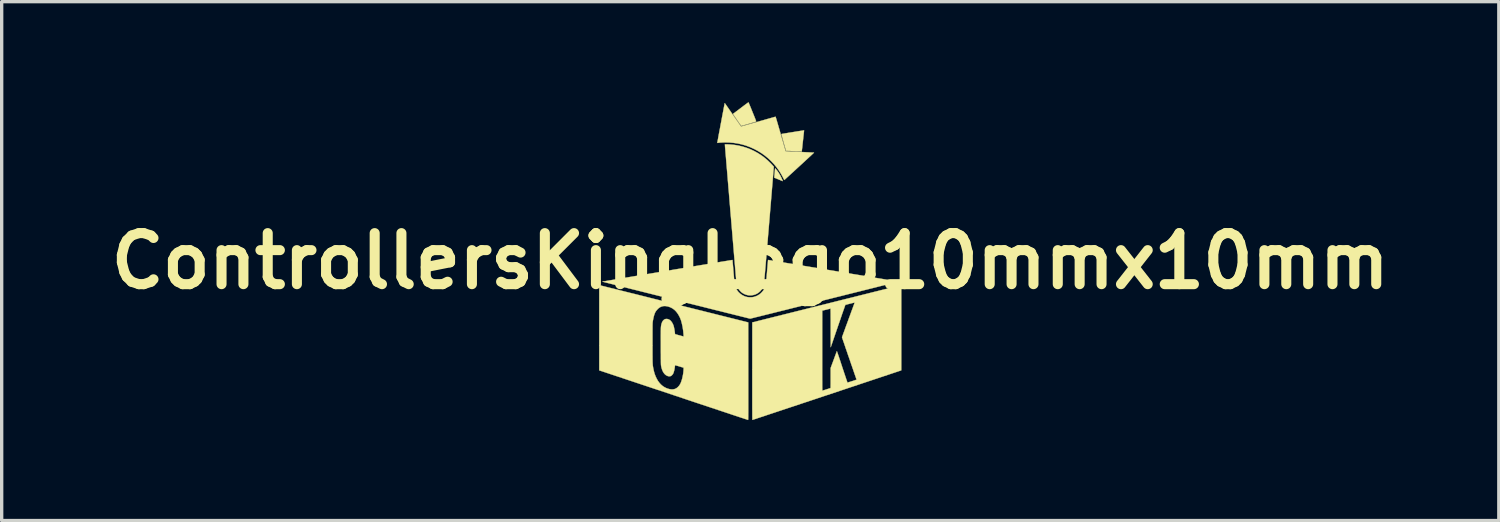
<source format=kicad_pcb>
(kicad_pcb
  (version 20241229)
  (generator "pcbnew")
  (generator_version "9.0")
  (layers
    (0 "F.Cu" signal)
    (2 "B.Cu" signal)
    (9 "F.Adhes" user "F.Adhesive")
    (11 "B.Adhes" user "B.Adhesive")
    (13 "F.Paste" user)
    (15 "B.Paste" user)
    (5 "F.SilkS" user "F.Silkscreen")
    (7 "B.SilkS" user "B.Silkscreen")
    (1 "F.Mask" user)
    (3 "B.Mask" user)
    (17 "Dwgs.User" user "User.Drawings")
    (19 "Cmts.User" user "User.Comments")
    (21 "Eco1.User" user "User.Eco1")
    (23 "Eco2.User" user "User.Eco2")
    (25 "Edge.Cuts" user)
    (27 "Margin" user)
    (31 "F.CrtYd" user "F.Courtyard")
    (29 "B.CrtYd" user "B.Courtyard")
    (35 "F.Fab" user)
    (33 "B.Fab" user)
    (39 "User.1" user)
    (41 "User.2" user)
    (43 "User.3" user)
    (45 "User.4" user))
  (footprint "ControllersKingLogo10mmx10mm"
    (layer "F.Cu")
    (at 19.348 4.744)
    (property "Reference" "ControllersKingLogo10mmx10mm" (at 0 0 0) (layer "F.SilkS") (effects (font (size 1.524 1.524) (thickness 0.3))))
    (attr through_hole)
    (fp_poly (pts (xy 0.743 -2.768) (xy 0.751 -2.761) (xy 0.761 -2.751) (xy 0.773 -2.737) (xy 0.786 -2.721) (xy 0.8 -2.704) (xy 0.805 -2.698) (xy 0.844 -2.642) (xy 0.882 -2.58) (xy 0.917 -2.514) (xy 0.948 -2.446) (xy 0.952 -2.436) (xy 0.961 -2.416) (xy 0.966 -2.402) (xy 0.969 -2.393) (xy 0.969 -2.389) (xy 0.967 -2.388) (xy 0.966 -2.388) (xy 0.962 -2.389) (xy 0.95 -2.394) (xy 0.933 -2.401) (xy 0.911 -2.41) (xy 0.885 -2.421) (xy 0.856 -2.433) (xy 0.84 -2.439) (xy 0.81 -2.452) (xy 0.783 -2.463) (xy 0.759 -2.473) (xy 0.739 -2.482) (xy 0.726 -2.487) (xy 0.718 -2.491) (xy 0.717 -2.491) (xy 0.717 -2.495) (xy 0.718 -2.506) (xy 0.719 -2.524) (xy 0.721 -2.546) (xy 0.723 -2.572) (xy 0.726 -2.6) (xy 0.728 -2.629) (xy 0.731 -2.659) (xy 0.733 -2.687) (xy 0.735 -2.713) (xy 0.737 -2.735) (xy 0.739 -2.753) (xy 0.74 -2.764) (xy 0.74 -2.768) (xy 0.743 -2.768)) (stroke (width 0.01) (type solid)) (fill yes) (layer "F.SilkS"))
    (fp_poly (pts (xy -0.052 -4.735) (xy -0.047 -4.724) (xy -0.039 -4.707) (xy -0.03 -4.684) (xy -0.018 -4.657) (xy -0.005 -4.625) (xy 0.01 -4.59) (xy 0.025 -4.552) (xy 0.041 -4.512) (xy 0.058 -4.471) (xy 0.074 -4.43) (xy 0.091 -4.39) (xy 0.107 -4.35) (xy 0.122 -4.313) (xy 0.136 -4.278) (xy 0.148 -4.247) (xy 0.159 -4.219) (xy 0.167 -4.197) (xy 0.174 -4.181) (xy 0.177 -4.171) (xy 0.178 -4.168) (xy 0.174 -4.166) (xy 0.163 -4.162) (xy 0.145 -4.157) (xy 0.122 -4.149) (xy 0.095 -4.141) (xy 0.063 -4.132) (xy 0.03 -4.122) (xy -0.006 -4.111) (xy -0.043 -4.101) (xy -0.08 -4.09) (xy -0.116 -4.08) (xy -0.15 -4.07) (xy -0.181 -4.061) (xy -0.209 -4.053) (xy -0.233 -4.047) (xy -0.251 -4.042) (xy -0.262 -4.039) (xy -0.267 -4.039) (xy -0.271 -4.042) (xy -0.279 -4.052) (xy -0.29 -4.067) (xy -0.304 -4.086) (xy -0.321 -4.11) (xy -0.34 -4.136) (xy -0.353 -4.156) (xy -0.375 -4.187) (xy -0.397 -4.22) (xy -0.419 -4.251) (xy -0.439 -4.281) (xy -0.457 -4.307) (xy -0.471 -4.327) (xy -0.475 -4.333) (xy -0.516 -4.393) (xy -0.287 -4.566) (xy -0.249 -4.595) (xy -0.212 -4.623) (xy -0.178 -4.649) (xy -0.146 -4.672) (xy -0.119 -4.693) (xy -0.095 -4.71) (xy -0.076 -4.724) (xy -0.063 -4.733) (xy -0.055 -4.738) (xy -0.054 -4.739) (xy -0.052 -4.735)) (stroke (width 0.01) (type solid)) (fill yes) (layer "F.SilkS"))
    (fp_poly (pts (xy 1.606 -3.898) (xy 1.605 -3.886) (xy 1.603 -3.868) (xy 1.6 -3.843) (xy 1.597 -3.813) (xy 1.593 -3.779) (xy 1.589 -3.741) (xy 1.584 -3.7) (xy 1.58 -3.657) (xy 1.575 -3.613) (xy 1.57 -3.568) (xy 1.565 -3.524) (xy 1.56 -3.481) (xy 1.556 -3.44) (xy 1.552 -3.402) (xy 1.548 -3.367) (xy 1.544 -3.336) (xy 1.541 -3.311) (xy 1.539 -3.291) (xy 1.538 -3.279) (xy 1.537 -3.273) (xy 1.537 -3.273) (xy 1.537 -3.273) (xy 1.536 -3.273) (xy 1.534 -3.273) (xy 1.531 -3.273) (xy 1.525 -3.273) (xy 1.516 -3.273) (xy 1.503 -3.274) (xy 1.485 -3.275) (xy 1.463 -3.276) (xy 1.435 -3.277) (xy 1.4 -3.278) (xy 1.358 -3.28) (xy 1.309 -3.283) (xy 1.3 -3.283) (xy 1.258 -3.285) (xy 1.219 -3.287) (xy 1.183 -3.289) (xy 1.151 -3.29) (xy 1.124 -3.291) (xy 1.103 -3.292) (xy 1.088 -3.293) (xy 1.081 -3.293) (xy 1.081 -3.293) (xy 1.068 -3.294) (xy 0.997 -3.542) (xy 0.985 -3.586) (xy 0.973 -3.628) (xy 0.962 -3.666) (xy 0.953 -3.701) (xy 0.945 -3.731) (xy 0.938 -3.756) (xy 0.933 -3.775) (xy 0.93 -3.788) (xy 0.93 -3.793) (xy 0.93 -3.793) (xy 0.934 -3.794) (xy 0.947 -3.796) (xy 0.965 -3.8) (xy 0.99 -3.804) (xy 1.021 -3.809) (xy 1.055 -3.815) (xy 1.094 -3.821) (xy 1.135 -3.828) (xy 1.179 -3.835) (xy 1.225 -3.843) (xy 1.271 -3.85) (xy 1.316 -3.857) (xy 1.362 -3.865) (xy 1.405 -3.872) (xy 1.446 -3.878) (xy 1.485 -3.884) (xy 1.519 -3.89) (xy 1.549 -3.894) (xy 1.573 -3.898) (xy 1.591 -3.901) (xy 1.603 -3.902) (xy 1.606 -3.902) (xy 1.606 -3.898)) (stroke (width 0.01) (type solid)) (fill yes) (layer "F.SilkS"))
    (fp_poly (pts (xy -0.693 -3.486) (xy -0.661 -3.484) (xy -0.621 -3.482) (xy -0.586 -3.479) (xy -0.464 -3.467) (xy -0.343 -3.446) (xy -0.224 -3.417) (xy -0.107 -3.38) (xy 0.007 -3.336) (xy 0.118 -3.284) (xy 0.225 -3.225) (xy 0.328 -3.159) (xy 0.398 -3.108) (xy 0.447 -3.068) (xy 0.498 -3.025) (xy 0.548 -2.979) (xy 0.596 -2.932) (xy 0.64 -2.887) (xy 0.667 -2.857) (xy 0.703 -2.816) (xy 0.559 -1.087) (xy 0.549 -0.967) (xy 0.539 -0.848) (xy 0.529 -0.732) (xy 0.52 -0.618) (xy 0.511 -0.507) (xy 0.502 -0.399) (xy 0.493 -0.294) (xy 0.484 -0.193) (xy 0.476 -0.097) (xy 0.468 -0.004) (xy 0.461 0.084) (xy 0.454 0.167) (xy 0.447 0.245) (xy 0.441 0.317) (xy 0.435 0.384) (xy 0.43 0.445) (xy 0.425 0.499) (xy 0.421 0.547) (xy 0.417 0.588) (xy 0.414 0.622) (xy 0.412 0.649) (xy 0.41 0.667) (xy 0.409 0.678) (xy 0.409 0.68) (xy 0.395 0.737) (xy 0.374 0.791) (xy 0.344 0.841) (xy 0.308 0.887) (xy 0.301 0.895) (xy 0.257 0.935) (xy 0.209 0.968) (xy 0.157 0.994) (xy 0.106 1.01) (xy 0.071 1.017) (xy 0.032 1.022) (xy -0.007 1.023) (xy -0.045 1.022) (xy -0.073 1.018) (xy -0.131 1.003) (xy -0.186 0.98) (xy -0.237 0.951) (xy -0.244 0.946) (xy -0.267 0.927) (xy -0.292 0.903) (xy -0.317 0.876) (xy -0.339 0.849) (xy -0.356 0.823) (xy -0.357 0.822) (xy -0.374 0.79) (xy -0.389 0.753) (xy -0.401 0.716) (xy -0.41 0.68) (xy -0.411 0.673) (xy -0.411 0.667) (xy -0.412 0.654) (xy -0.414 0.632) (xy -0.417 0.603) (xy -0.42 0.567) (xy -0.424 0.524) (xy -0.428 0.474) (xy -0.433 0.418) (xy -0.438 0.357) (xy -0.443 0.289) (xy -0.45 0.217) (xy -0.456 0.139) (xy -0.463 0.057) (xy -0.47 -0.03) (xy -0.478 -0.121) (xy -0.486 -0.215) (xy -0.494 -0.313) (xy -0.502 -0.414) (xy -0.511 -0.518) (xy -0.52 -0.624) (xy -0.529 -0.732) (xy -0.538 -0.843) (xy -0.548 -0.954) (xy -0.557 -1.068) (xy -0.567 -1.182) (xy -0.576 -1.296) (xy -0.586 -1.411) (xy -0.596 -1.526) (xy -0.605 -1.64) (xy -0.615 -1.754) (xy -0.624 -1.867) (xy -0.633 -1.979) (xy -0.642 -2.089) (xy -0.652 -2.197) (xy -0.66 -2.303) (xy -0.669 -2.406) (xy -0.677 -2.507) (xy -0.685 -2.605) (xy -0.693 -2.699) (xy -0.701 -2.789) (xy -0.708 -2.875) (xy -0.715 -2.957) (xy -0.721 -3.034) (xy -0.727 -3.106) (xy -0.733 -3.173) (xy -0.738 -3.234) (xy -0.742 -3.289) (xy -0.746 -3.338) (xy -0.75 -3.38) (xy -0.753 -3.415) (xy -0.755 -3.444) (xy -0.756 -3.464) (xy -0.757 -3.477) (xy -0.758 -3.482) (xy -0.756 -3.484) (xy -0.748 -3.486) (xy -0.736 -3.486) (xy -0.717 -3.486) (xy -0.693 -3.486)) (stroke (width 0.01) (type solid)) (fill yes) (layer "F.SilkS"))
    (fp_poly (pts (xy -0.759 -4.713) (xy -0.752 -4.703) (xy -0.741 -4.687) (xy -0.725 -4.665) (xy -0.707 -4.638) (xy -0.685 -4.607) (xy -0.66 -4.572) (xy -0.633 -4.532) (xy -0.604 -4.49) (xy -0.573 -4.445) (xy -0.54 -4.397) (xy -0.519 -4.367) (xy -0.485 -4.318) (xy -0.453 -4.271) (xy -0.422 -4.227) (xy -0.393 -4.186) (xy -0.367 -4.148) (xy -0.343 -4.114) (xy -0.323 -4.084) (xy -0.305 -4.06) (xy -0.291 -4.04) (xy -0.281 -4.026) (xy -0.275 -4.019) (xy -0.274 -4.017) (xy -0.27 -4.019) (xy -0.258 -4.022) (xy -0.238 -4.027) (xy -0.212 -4.035) (xy -0.18 -4.044) (xy -0.142 -4.054) (xy -0.099 -4.067) (xy -0.052 -4.08) (xy 0.000249 -4.095) (xy 0.056 -4.111) (xy 0.115 -4.128) (xy 0.176 -4.145) (xy 0.24 -4.163) (xy 0.303 -4.182) (xy 0.365 -4.199) (xy 0.424 -4.216) (xy 0.479 -4.232) (xy 0.531 -4.247) (xy 0.579 -4.26) (xy 0.622 -4.273) (xy 0.66 -4.283) (xy 0.692 -4.292) (xy 0.718 -4.3) (xy 0.738 -4.305) (xy 0.75 -4.308) (xy 0.755 -4.31) (xy 0.757 -4.305) (xy 0.761 -4.293) (xy 0.767 -4.273) (xy 0.776 -4.245) (xy 0.787 -4.21) (xy 0.799 -4.167) (xy 0.814 -4.116) (xy 0.831 -4.058) (xy 0.85 -3.992) (xy 0.871 -3.92) (xy 0.894 -3.84) (xy 0.906 -3.797) (xy 0.924 -3.733) (xy 0.942 -3.671) (xy 0.959 -3.612) (xy 0.975 -3.557) (xy 0.99 -3.504) (xy 1.003 -3.457) (xy 1.016 -3.413) (xy 1.027 -3.375) (xy 1.036 -3.343) (xy 1.044 -3.317) (xy 1.049 -3.297) (xy 1.053 -3.285) (xy 1.055 -3.28) (xy 1.055 -3.28) (xy 1.059 -3.279) (xy 1.072 -3.278) (xy 1.093 -3.276) (xy 1.122 -3.275) (xy 1.159 -3.273) (xy 1.204 -3.27) (xy 1.255 -3.268) (xy 1.314 -3.265) (xy 1.381 -3.262) (xy 1.454 -3.259) (xy 1.479 -3.258) (xy 1.538 -3.255) (xy 1.595 -3.253) (xy 1.648 -3.25) (xy 1.699 -3.248) (xy 1.744 -3.246) (xy 1.786 -3.244) (xy 1.822 -3.242) (xy 1.852 -3.24) (xy 1.876 -3.239) (xy 1.892 -3.238) (xy 1.902 -3.238) (xy 1.903 -3.237) (xy 1.901 -3.234) (xy 1.892 -3.226) (xy 1.878 -3.213) (xy 1.859 -3.195) (xy 1.835 -3.173) (xy 1.808 -3.147) (xy 1.776 -3.118) (xy 1.742 -3.086) (xy 1.704 -3.051) (xy 1.664 -3.015) (xy 1.623 -2.976) (xy 1.579 -2.936) (xy 1.535 -2.895) (xy 1.489 -2.853) (xy 1.444 -2.812) (xy 1.398 -2.77) (xy 1.354 -2.729) (xy 1.31 -2.689) (xy 1.268 -2.65) (xy 1.227 -2.613) (xy 1.189 -2.578) (xy 1.153 -2.545) (xy 1.121 -2.516) (xy 1.092 -2.489) (xy 1.067 -2.467) (xy 1.047 -2.448) (xy 1.031 -2.435) (xy 1.021 -2.425) (xy 1.016 -2.422) (xy 1.016 -2.421) (xy 1.014 -2.425) (xy 1.008 -2.435) (xy 1 -2.45) (xy 0.99 -2.469) (xy 0.982 -2.486) (xy 0.923 -2.596) (xy 0.857 -2.702) (xy 0.784 -2.802) (xy 0.705 -2.898) (xy 0.62 -2.988) (xy 0.53 -3.072) (xy 0.434 -3.151) (xy 0.333 -3.223) (xy 0.227 -3.288) (xy 0.117 -3.347) (xy 0.002 -3.399) (xy -0.116 -3.443) (xy -0.135 -3.45) (xy -0.254 -3.484) (xy -0.376 -3.511) (xy -0.499 -3.529) (xy -0.626 -3.54) (xy -0.755 -3.543) (xy -0.792 -3.542) (xy -0.823 -3.541) (xy -0.855 -3.539) (xy -0.885 -3.538) (xy -0.912 -3.536) (xy -0.932 -3.534) (xy -0.938 -3.533) (xy -0.956 -3.531) (xy -0.972 -3.529) (xy -0.982 -3.528) (xy -0.985 -3.528) (xy -0.984 -3.532) (xy -0.982 -3.544) (xy -0.979 -3.563) (xy -0.974 -3.589) (xy -0.968 -3.621) (xy -0.961 -3.658) (xy -0.954 -3.7) (xy -0.945 -3.747) (xy -0.936 -3.797) (xy -0.926 -3.851) (xy -0.915 -3.907) (xy -0.904 -3.965) (xy -0.893 -4.024) (xy -0.882 -4.085) (xy -0.87 -4.146) (xy -0.859 -4.206) (xy -0.848 -4.266) (xy -0.837 -4.325) (xy -0.826 -4.381) (xy -0.816 -4.435) (xy -0.806 -4.486) (xy -0.797 -4.534) (xy -0.789 -4.577) (xy -0.782 -4.615) (xy -0.775 -4.648) (xy -0.77 -4.675) (xy -0.766 -4.696) (xy -0.763 -4.71) (xy -0.762 -4.716) (xy -0.762 -4.716) (xy -0.759 -4.713)) (stroke (width 0.01) (type solid)) (fill yes) (layer "F.SilkS"))
    (fp_poly (pts (xy 0.536 -0.033) (xy 0.548 -0.031) (xy 0.568 -0.028) (xy 0.596 -0.023) (xy 0.63 -0.018) (xy 0.671 -0.011) (xy 0.719 -0.003) (xy 0.773 0.006) (xy 0.833 0.015) (xy 0.898 0.026) (xy 0.968 0.038) (xy 1.043 0.05) (xy 1.123 0.064) (xy 1.207 0.077) (xy 1.295 0.092) (xy 1.386 0.107) (xy 1.481 0.123) (xy 1.579 0.139) (xy 1.679 0.156) (xy 1.782 0.173) (xy 1.887 0.19) (xy 1.993 0.208) (xy 2.101 0.226) (xy 2.21 0.244) (xy 2.32 0.263) (xy 2.43 0.281) (xy 2.54 0.299) (xy 2.65 0.318) (xy 2.76 0.336) (xy 2.869 0.354) (xy 2.976 0.372) (xy 3.082 0.39) (xy 3.187 0.407) (xy 3.289 0.424) (xy 3.389 0.441) (xy 3.486 0.457) (xy 3.58 0.473) (xy 3.671 0.488) (xy 3.758 0.503) (xy 3.841 0.517) (xy 3.92 0.53) (xy 3.994 0.542) (xy 4.064 0.554) (xy 4.128 0.565) (xy 4.186 0.575) (xy 4.239 0.583) (xy 4.285 0.591) (xy 4.325 0.598) (xy 4.358 0.604) (xy 4.384 0.608) (xy 4.402 0.611) (xy 4.413 0.613) (xy 4.415 0.614) (xy 4.411 0.615) (xy 4.399 0.618) (xy 4.38 0.623) (xy 4.353 0.63) (xy 4.319 0.639) (xy 4.278 0.649) (xy 4.231 0.661) (xy 4.177 0.674) (xy 4.118 0.689) (xy 4.053 0.706) (xy 3.982 0.723) (xy 3.907 0.742) (xy 3.827 0.762) (xy 3.743 0.784) (xy 3.654 0.806) (xy 3.561 0.829) (xy 3.465 0.853) (xy 3.366 0.878) (xy 3.263 0.904) (xy 3.158 0.93) (xy 3.05 0.957) (xy 2.941 0.984) (xy 2.829 1.012) (xy 2.716 1.041) (xy 2.601 1.069) (xy 2.486 1.098) (xy 2.37 1.127) (xy 2.253 1.156) (xy 2.136 1.186) (xy 2.02 1.215) (xy 1.904 1.244) (xy 1.789 1.272) (xy 1.674 1.301) (xy 1.561 1.329) (xy 1.45 1.357) (xy 1.341 1.384) (xy 1.233 1.411) (xy 1.129 1.437) (xy 1.027 1.463) (xy 0.928 1.487) (xy 0.832 1.511) (xy 0.741 1.534) (xy 0.653 1.556) (xy 0.569 1.577) (xy 0.49 1.596) (xy 0.415 1.615) (xy 0.346 1.632) (xy 0.282 1.648) (xy 0.224 1.663) (xy 0.171 1.675) (xy 0.125 1.687) (xy 0.086 1.697) (xy 0.053 1.705) (xy 0.027 1.711) (xy 0.009 1.715) (xy -0.002 1.718) (xy -0.004 1.718) (xy -0.009 1.717) (xy -0.021 1.714) (xy -0.041 1.709) (xy -0.069 1.703) (xy -0.104 1.694) (xy -0.146 1.683) (xy -0.195 1.671) (xy -0.25 1.658) (xy -0.311 1.642) (xy -0.379 1.625) (xy -0.453 1.607) (xy -0.532 1.587) (xy -0.616 1.566) (xy -0.706 1.544) (xy -0.8 1.52) (xy -0.899 1.495) (xy -1.003 1.47) (xy -1.11 1.443) (xy -1.222 1.415) (xy -1.337 1.386) (xy -1.456 1.356) (xy -1.577 1.326) (xy -1.702 1.295) (xy -1.83 1.263) (xy -1.96 1.23) (xy -2.092 1.197) (xy -2.213 1.167) (xy -2.347 1.133) (xy -2.479 1.1) (xy -2.609 1.068) (xy -2.736 1.036) (xy -2.861 1.005) (xy -2.982 0.974) (xy -3.1 0.945) (xy -3.215 0.916) (xy -3.326 0.888) (xy -3.433 0.861) (xy -3.536 0.836) (xy -3.634 0.811) (xy -3.728 0.787) (xy -3.816 0.765) (xy -3.9 0.744) (xy -3.978 0.724) (xy -4.051 0.706) (xy -4.118 0.689) (xy -4.178 0.674) (xy -4.232 0.66) (xy -4.28 0.648) (xy -4.321 0.638) (xy -4.355 0.629) (xy -4.382 0.623) (xy -4.401 0.618) (xy -4.412 0.615) (xy -4.415 0.614) (xy -4.411 0.613) (xy -4.399 0.611) (xy -4.379 0.607) (xy -4.352 0.603) (xy -4.317 0.597) (xy -4.276 0.59) (xy -4.229 0.582) (xy -4.175 0.573) (xy -4.115 0.563) (xy -4.05 0.552) (xy -3.98 0.54) (xy -3.905 0.528) (xy -3.825 0.514) (xy -3.741 0.5) (xy -3.654 0.485) (xy -3.562 0.47) (xy -3.467 0.454) (xy -3.37 0.438) (xy -3.269 0.421) (xy -3.166 0.404) (xy -3.062 0.387) (xy -2.955 0.369) (xy -2.847 0.351) (xy -2.738 0.333) (xy -2.629 0.314) (xy -2.519 0.296) (xy -2.408 0.278) (xy -2.298 0.259) (xy -2.189 0.241) (xy -2.08 0.223) (xy -1.972 0.205) (xy -1.866 0.187) (xy -1.762 0.17) (xy -1.659 0.153) (xy -1.559 0.136) (xy -1.462 0.12) (xy -1.368 0.105) (xy -1.277 0.09) (xy -1.19 0.075) (xy -1.107 0.061) (xy -1.028 0.048) (xy -0.954 0.036) (xy -0.884 0.024) (xy -0.82 0.014) (xy -0.762 0.004) (xy -0.709 -0.004) (xy -0.662 -0.012) (xy -0.623 -0.019) (xy -0.589 -0.024) (xy -0.563 -0.028) (xy -0.545 -0.031) (xy -0.534 -0.033) (xy -0.531 -0.033) (xy -0.531 -0.029) (xy -0.53 -0.017) (xy -0.528 0.003) (xy -0.526 0.028) (xy -0.523 0.06) (xy -0.52 0.097) (xy -0.516 0.139) (xy -0.512 0.185) (xy -0.508 0.234) (xy -0.504 0.285) (xy -0.502 0.307) (xy -0.498 0.361) (xy -0.493 0.413) (xy -0.489 0.462) (xy -0.485 0.509) (xy -0.481 0.552) (xy -0.478 0.59) (xy -0.474 0.623) (xy -0.472 0.649) (xy -0.47 0.669) (xy -0.468 0.682) (xy -0.468 0.684) (xy -0.454 0.745) (xy -0.432 0.802) (xy -0.403 0.856) (xy -0.366 0.907) (xy -0.34 0.935) (xy -0.293 0.979) (xy -0.242 1.014) (xy -0.186 1.043) (xy -0.142 1.06) (xy -0.108 1.069) (xy -0.078 1.076) (xy -0.047 1.079) (xy -0.012 1.081) (xy 0 1.081) (xy 0.036 1.08) (xy 0.068 1.077) (xy 0.098 1.072) (xy 0.13 1.063) (xy 0.142 1.06) (xy 0.2 1.037) (xy 0.254 1.007) (xy 0.305 0.969) (xy 0.34 0.935) (xy 0.382 0.886) (xy 0.416 0.834) (xy 0.442 0.779) (xy 0.461 0.72) (xy 0.468 0.684) (xy 0.469 0.673) (xy 0.471 0.656) (xy 0.474 0.631) (xy 0.477 0.599) (xy 0.48 0.563) (xy 0.484 0.521) (xy 0.488 0.476) (xy 0.492 0.427) (xy 0.496 0.375) (xy 0.501 0.322) (xy 0.502 0.307) (xy 0.506 0.254) (xy 0.511 0.204) (xy 0.515 0.157) (xy 0.518 0.114) (xy 0.522 0.075) (xy 0.525 0.041) (xy 0.527 0.012) (xy 0.529 -0.01) (xy 0.531 -0.025) (xy 0.532 -0.033) (xy 0.532 -0.033) (xy 0.536 -0.033)) (stroke (width 0.01) (type solid)) (fill yes) (layer "F.SilkS"))
    (fp_poly (pts (xy 4.508 3.262) (xy 2.289 4.002) (xy 2.156 4.046) (xy 2.025 4.09) (xy 1.896 4.133) (xy 1.769 4.175) (xy 1.646 4.216) (xy 1.525 4.256) (xy 1.407 4.296) (xy 1.292 4.334) (xy 1.182 4.37) (xy 1.075 4.406) (xy 0.972 4.44) (xy 0.873 4.473) (xy 0.779 4.504) (xy 0.69 4.534) (xy 0.605 4.562) (xy 0.526 4.588) (xy 0.453 4.613) (xy 0.385 4.636) (xy 0.322 4.656) (xy 0.266 4.675) (xy 0.217 4.691) (xy 0.174 4.706) (xy 0.137 4.718) (xy 0.108 4.727) (xy 0.086 4.734) (xy 0.072 4.739) (xy 0.065 4.741) (xy 0.065 4.741) (xy 0.064 4.74) (xy 0.064 4.735) (xy 0.063 4.727) (xy 0.063 4.716) (xy 0.062 4.701) (xy 0.062 4.682) (xy 0.062 4.658) (xy 0.061 4.631) (xy 0.061 4.598) (xy 0.061 4.561) (xy 0.061 4.518) (xy 0.061 4.471) (xy 0.06 4.417) (xy 0.06 4.358) (xy 0.06 4.293) (xy 0.06 4.222) (xy 0.06 4.144) (xy 0.06 4.059) (xy 0.06 3.967) (xy 0.06 3.869) (xy 0.06 3.763) (xy 0.06 3.649) (xy 0.06 3.528) (xy 0.06 3.398) (xy 0.06 3.286) (xy 0.06 3.137) (xy 2.147 3.137) (xy 2.147 3.233) (xy 2.147 3.321) (xy 2.147 3.402) (xy 2.147 3.476) (xy 2.147 3.543) (xy 2.148 3.603) (xy 2.148 3.656) (xy 2.148 3.703) (xy 2.148 3.744) (xy 2.149 3.779) (xy 2.149 3.807) (xy 2.149 3.83) (xy 2.15 3.848) (xy 2.15 3.86) (xy 2.151 3.867) (xy 2.151 3.869) (xy 2.156 3.868) (xy 2.168 3.864) (xy 2.186 3.859) (xy 2.209 3.852) (xy 2.236 3.843) (xy 2.266 3.834) (xy 2.275 3.831) (xy 2.305 3.821) (xy 2.333 3.812) (xy 2.357 3.804) (xy 2.376 3.798) (xy 2.389 3.793) (xy 2.396 3.791) (xy 2.397 3.79) (xy 2.397 3.786) (xy 2.398 3.774) (xy 2.399 3.754) (xy 2.399 3.729) (xy 2.399 3.697) (xy 2.4 3.66) (xy 2.4 3.619) (xy 2.4 3.575) (xy 2.4 3.527) (xy 2.4 3.49) (xy 2.4 3.192) (xy 2.492 2.943) (xy 2.508 2.899) (xy 2.523 2.858) (xy 2.537 2.82) (xy 2.55 2.785) (xy 2.561 2.755) (xy 2.571 2.73) (xy 2.578 2.71) (xy 2.583 2.697) (xy 2.586 2.692) (xy 2.586 2.691) (xy 2.588 2.695) (xy 2.592 2.706) (xy 2.598 2.724) (xy 2.607 2.749) (xy 2.617 2.78) (xy 2.63 2.816) (xy 2.644 2.858) (xy 2.659 2.904) (xy 2.676 2.954) (xy 2.694 3.007) (xy 2.712 3.064) (xy 2.732 3.124) (xy 2.743 3.158) (xy 2.763 3.219) (xy 2.783 3.277) (xy 2.801 3.333) (xy 2.819 3.386) (xy 2.835 3.434) (xy 2.85 3.479) (xy 2.863 3.518) (xy 2.875 3.552) (xy 2.885 3.581) (xy 2.892 3.603) (xy 2.898 3.619) (xy 2.901 3.627) (xy 2.902 3.628) (xy 2.907 3.627) (xy 2.919 3.623) (xy 2.937 3.618) (xy 2.96 3.61) (xy 2.988 3.602) (xy 3.018 3.592) (xy 3.041 3.585) (xy 3.078 3.573) (xy 3.108 3.563) (xy 3.132 3.555) (xy 3.149 3.549) (xy 3.161 3.544) (xy 3.168 3.54) (xy 3.172 3.537) (xy 3.173 3.535) (xy 3.17 3.528) (xy 3.165 3.514) (xy 3.158 3.494) (xy 3.149 3.466) (xy 3.137 3.434) (xy 3.124 3.396) (xy 3.109 3.353) (xy 3.093 3.306) (xy 3.076 3.255) (xy 3.057 3.202) (xy 3.038 3.145) (xy 3.017 3.087) (xy 2.997 3.027) (xy 2.976 2.966) (xy 2.955 2.904) (xy 2.933 2.843) (xy 2.912 2.782) (xy 2.892 2.722) (xy 2.872 2.664) (xy 2.852 2.608) (xy 2.834 2.554) (xy 2.817 2.503) (xy 2.801 2.457) (xy 2.786 2.414) (xy 2.773 2.376) (xy 2.762 2.344) (xy 2.753 2.317) (xy 2.746 2.296) (xy 2.741 2.282) (xy 2.739 2.276) (xy 2.739 2.276) (xy 2.74 2.271) (xy 2.745 2.259) (xy 2.751 2.24) (xy 2.761 2.214) (xy 2.772 2.183) (xy 2.785 2.146) (xy 2.801 2.104) (xy 2.818 2.057) (xy 2.836 2.006) (xy 2.856 1.951) (xy 2.877 1.894) (xy 2.9 1.833) (xy 2.923 1.771) (xy 2.925 1.763) (xy 2.948 1.7) (xy 2.971 1.639) (xy 2.992 1.581) (xy 3.012 1.526) (xy 3.031 1.474) (xy 3.049 1.426) (xy 3.065 1.383) (xy 3.078 1.345) (xy 3.09 1.313) (xy 3.1 1.286) (xy 3.107 1.266) (xy 3.112 1.252) (xy 3.114 1.247) (xy 3.114 1.246) (xy 3.114 1.244) (xy 3.113 1.242) (xy 3.11 1.242) (xy 3.104 1.242) (xy 3.095 1.243) (xy 3.081 1.246) (xy 3.061 1.251) (xy 3.035 1.257) (xy 3.003 1.265) (xy 2.98 1.271) (xy 2.947 1.279) (xy 2.916 1.287) (xy 2.89 1.294) (xy 2.868 1.3) (xy 2.851 1.304) (xy 2.841 1.307) (xy 2.838 1.308) (xy 2.836 1.313) (xy 2.832 1.325) (xy 2.825 1.344) (xy 2.816 1.37) (xy 2.805 1.402) (xy 2.792 1.44) (xy 2.776 1.483) (xy 2.76 1.531) (xy 2.741 1.584) (xy 2.722 1.641) (xy 2.701 1.702) (xy 2.679 1.766) (xy 2.656 1.833) (xy 2.632 1.902) (xy 2.618 1.943) (xy 2.402 2.573) (xy 2.401 1.996) (xy 2.401 1.927) (xy 2.401 1.86) (xy 2.401 1.796) (xy 2.401 1.735) (xy 2.4 1.678) (xy 2.4 1.626) (xy 2.4 1.578) (xy 2.399 1.536) (xy 2.399 1.499) (xy 2.398 1.469) (xy 2.398 1.445) (xy 2.398 1.428) (xy 2.397 1.42) (xy 2.397 1.418) (xy 2.392 1.419) (xy 2.38 1.422) (xy 2.362 1.427) (xy 2.339 1.432) (xy 2.312 1.439) (xy 2.282 1.447) (xy 2.271 1.449) (xy 2.148 1.48) (xy 2.147 2.675) (xy 2.147 2.803) (xy 2.147 2.922) (xy 2.147 3.034) (xy 2.147 3.137) (xy 0.06 3.137) (xy 0.061 1.831) (xy 2.273 1.278) (xy 2.408 1.244) (xy 2.54 1.211) (xy 2.67 1.178) (xy 2.798 1.146) (xy 2.923 1.115) (xy 3.045 1.085) (xy 3.164 1.055) (xy 3.279 1.026) (xy 3.391 0.998) (xy 3.499 0.971) (xy 3.602 0.945) (xy 3.701 0.92) (xy 3.796 0.897) (xy 3.885 0.874) (xy 3.97 0.853) (xy 4.049 0.834) (xy 4.122 0.815) (xy 4.19 0.798) (xy 4.252 0.783) (xy 4.307 0.769) (xy 4.356 0.757) (xy 4.398 0.746) (xy 4.432 0.738) (xy 4.46 0.731) (xy 4.48 0.726) (xy 4.493 0.723) (xy 4.497 0.722) (xy 4.508 0.719) (xy 4.508 3.262)) (stroke (width 0.01) (type solid)) (fill yes) (layer "F.SilkS"))
    (fp_poly (pts (xy -4.497 0.722) (xy -4.492 0.723) (xy -4.479 0.726) (xy -4.459 0.731) (xy -4.431 0.738) (xy -4.396 0.747) (xy -4.353 0.757) (xy -4.304 0.77) (xy -4.249 0.784) (xy -4.187 0.799) (xy -4.119 0.816) (xy -4.045 0.834) (xy -3.966 0.854) (xy -3.881 0.876) (xy -3.791 0.898) (xy -3.696 0.922) (xy -3.597 0.947) (xy -3.493 0.972) (xy -3.385 0.999) (xy -3.274 1.027) (xy -3.158 1.056) (xy -3.039 1.086) (xy -2.917 1.117) (xy -2.792 1.148) (xy -2.664 1.18) (xy -2.534 1.212) (xy -2.401 1.246) (xy -2.273 1.278) (xy -0.061 1.831) (xy -0.06 3.286) (xy -0.06 3.418) (xy -0.06 3.542) (xy -0.06 3.658) (xy -0.06 3.766) (xy -0.06 3.866) (xy -0.06 3.96) (xy -0.06 4.047) (xy -0.06 4.127) (xy -0.06 4.2) (xy -0.06 4.268) (xy -0.06 4.329) (xy -0.06 4.386) (xy -0.06 4.436) (xy -0.06 4.482) (xy -0.06 4.523) (xy -0.061 4.56) (xy -0.061 4.592) (xy -0.061 4.62) (xy -0.061 4.644) (xy -0.062 4.665) (xy -0.062 4.683) (xy -0.062 4.698) (xy -0.063 4.71) (xy -0.063 4.719) (xy -0.063 4.727) (xy -0.064 4.732) (xy -0.064 4.736) (xy -0.065 4.739) (xy -0.066 4.74) (xy -0.066 4.741) (xy -0.067 4.741) (xy -0.071 4.74) (xy -0.083 4.736) (xy -0.103 4.729) (xy -0.13 4.72) (xy -0.165 4.709) (xy -0.206 4.695) (xy -0.253 4.68) (xy -0.308 4.662) (xy -0.368 4.642) (xy -0.434 4.62) (xy -0.507 4.596) (xy -0.584 4.57) (xy -0.667 4.542) (xy -0.755 4.513) (xy -0.848 4.482) (xy -0.945 4.45) (xy -1.047 4.416) (xy -1.152 4.381) (xy -1.262 4.344) (xy -1.375 4.306) (xy -1.492 4.268) (xy -1.612 4.228) (xy -1.735 4.187) (xy -1.861 4.145) (xy -1.989 4.102) (xy -2.12 4.058) (xy -2.252 4.014) (xy -2.291 4.001) (xy -4.508 3.262) (xy -4.508 2.445) (xy -2.919 2.445) (xy -2.919 2.53) (xy -2.919 2.607) (xy -2.919 2.676) (xy -2.919 2.738) (xy -2.919 2.794) (xy -2.918 2.844) (xy -2.918 2.888) (xy -2.918 2.927) (xy -2.917 2.962) (xy -2.917 2.992) (xy -2.916 3.019) (xy -2.915 3.042) (xy -2.914 3.063) (xy -2.913 3.082) (xy -2.911 3.098) (xy -2.91 3.114) (xy -2.908 3.129) (xy -2.906 3.143) (xy -2.903 3.158) (xy -2.901 3.173) (xy -2.898 3.189) (xy -2.898 3.192) (xy -2.879 3.28) (xy -2.856 3.363) (xy -2.827 3.44) (xy -2.794 3.51) (xy -2.757 3.575) (xy -2.715 3.632) (xy -2.669 3.683) (xy -2.618 3.727) (xy -2.603 3.738) (xy -2.557 3.767) (xy -2.508 3.791) (xy -2.459 3.81) (xy -2.409 3.823) (xy -2.361 3.83) (xy -2.316 3.831) (xy -2.274 3.825) (xy -2.274 3.825) (xy -2.233 3.811) (xy -2.195 3.789) (xy -2.16 3.76) (xy -2.127 3.724) (xy -2.098 3.682) (xy -2.084 3.655) (xy -2.07 3.624) (xy -2.056 3.585) (xy -2.042 3.541) (xy -2.029 3.494) (xy -2.018 3.443) (xy -2.008 3.392) (xy -2.007 3.387) (xy -2.003 3.361) (xy -1.999 3.333) (xy -1.996 3.303) (xy -1.993 3.273) (xy -1.991 3.246) (xy -1.99 3.223) (xy -1.99 3.205) (xy -1.99 3.201) (xy -1.992 3.182) (xy -2.116 3.145) (xy -2.147 3.135) (xy -2.176 3.127) (xy -2.201 3.12) (xy -2.221 3.114) (xy -2.235 3.11) (xy -2.243 3.107) (xy -2.244 3.107) (xy -2.246 3.111) (xy -2.248 3.121) (xy -2.25 3.136) (xy -2.25 3.138) (xy -2.255 3.179) (xy -2.262 3.221) (xy -2.27 3.262) (xy -2.28 3.299) (xy -2.29 3.331) (xy -2.298 3.351) (xy -2.31 3.372) (xy -2.326 3.393) (xy -2.344 3.412) (xy -2.361 3.426) (xy -2.367 3.429) (xy -2.395 3.439) (xy -2.425 3.44) (xy -2.458 3.434) (xy -2.492 3.42) (xy -2.528 3.398) (xy -2.56 3.368) (xy -2.589 3.33) (xy -2.614 3.286) (xy -2.635 3.234) (xy -2.652 3.175) (xy -2.66 3.139) (xy -2.661 3.132) (xy -2.662 3.125) (xy -2.663 3.118) (xy -2.664 3.11) (xy -2.665 3.101) (xy -2.666 3.09) (xy -2.666 3.076) (xy -2.667 3.06) (xy -2.667 3.041) (xy -2.668 3.018) (xy -2.668 2.991) (xy -2.668 2.959) (xy -2.669 2.923) (xy -2.669 2.88) (xy -2.669 2.832) (xy -2.669 2.777) (xy -2.67 2.716) (xy -2.67 2.647) (xy -2.67 2.57) (xy -2.67 2.549) (xy -2.67 2.466) (xy -2.67 2.391) (xy -2.671 2.323) (xy -2.671 2.263) (xy -2.671 2.209) (xy -2.67 2.161) (xy -2.67 2.119) (xy -2.67 2.082) (xy -2.669 2.05) (xy -2.669 2.022) (xy -2.668 1.998) (xy -2.667 1.977) (xy -2.665 1.959) (xy -2.664 1.944) (xy -2.662 1.93) (xy -2.66 1.918) (xy -2.658 1.906) (xy -2.655 1.895) (xy -2.652 1.885) (xy -2.649 1.873) (xy -2.648 1.869) (xy -2.637 1.837) (xy -2.625 1.811) (xy -2.611 1.788) (xy -2.597 1.77) (xy -2.572 1.749) (xy -2.545 1.734) (xy -2.514 1.727) (xy -2.482 1.728) (xy -2.449 1.735) (xy -2.415 1.751) (xy -2.402 1.759) (xy -2.378 1.779) (xy -2.355 1.806) (xy -2.332 1.839) (xy -2.312 1.876) (xy -2.295 1.916) (xy -2.29 1.93) (xy -2.284 1.952) (xy -2.277 1.98) (xy -2.271 2.013) (xy -2.264 2.046) (xy -2.259 2.08) (xy -2.254 2.111) (xy -2.252 2.129) (xy -2.25 2.149) (xy -2.248 2.165) (xy -2.246 2.176) (xy -2.245 2.181) (xy -2.24 2.183) (xy -2.228 2.186) (xy -2.21 2.191) (xy -2.187 2.198) (xy -2.16 2.206) (xy -2.13 2.214) (xy -2.123 2.216) (xy -2.092 2.224) (xy -2.064 2.232) (xy -2.039 2.239) (xy -2.019 2.244) (xy -2.005 2.248) (xy -1.997 2.25) (xy -1.996 2.251) (xy -1.993 2.251) (xy -1.991 2.25) (xy -1.99 2.245) (xy -1.99 2.235) (xy -1.99 2.22) (xy -1.991 2.201) (xy -2.002 2.082) (xy -2.02 1.963) (xy -2.043 1.859) (xy -2.055 1.813) (xy -2.066 1.774) (xy -2.078 1.74) (xy -2.091 1.707) (xy -2.106 1.674) (xy -2.141 1.608) (xy -2.179 1.55) (xy -2.22 1.499) (xy -2.265 1.455) (xy -2.313 1.419) (xy -2.366 1.389) (xy -2.423 1.366) (xy -2.423 1.366) (xy -2.48 1.35) (xy -2.533 1.343) (xy -2.583 1.343) (xy -2.63 1.352) (xy -2.674 1.368) (xy -2.716 1.392) (xy -2.753 1.422) (xy -2.786 1.458) (xy -2.816 1.495) (xy -2.839 1.534) (xy -2.845 1.547) (xy -2.858 1.58) (xy -2.871 1.62) (xy -2.884 1.666) (xy -2.895 1.716) (xy -2.905 1.769) (xy -2.911 1.806) (xy -2.912 1.813) (xy -2.913 1.821) (xy -2.914 1.83) (xy -2.915 1.84) (xy -2.916 1.852) (xy -2.916 1.866) (xy -2.917 1.883) (xy -2.917 1.903) (xy -2.918 1.927) (xy -2.918 1.955) (xy -2.918 1.987) (xy -2.918 2.024) (xy -2.919 2.066) (xy -2.919 2.115) (xy -2.919 2.169) (xy -2.919 2.23) (xy -2.919 2.299) (xy -2.919 2.375) (xy -2.919 2.445) (xy -4.508 2.445) (xy -4.508 0.719) (xy -4.497 0.722)) (stroke (width 0.01) (type solid)) (fill yes) (layer "F.SilkS")))
  (gr_rect
    (start -3 -3)
    (end 41.695 12.491)
    (stroke (width 0.1) (type default))
    (fill no)
    (layer "Edge.Cuts")))
</source>
